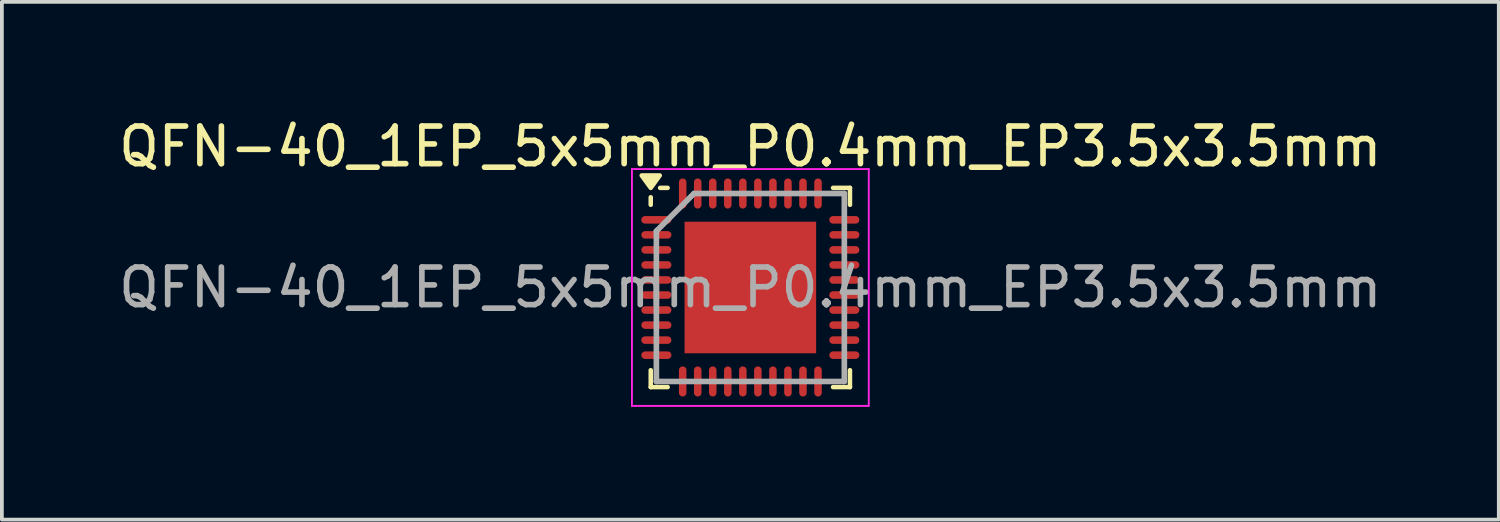
<source format=kicad_pcb>
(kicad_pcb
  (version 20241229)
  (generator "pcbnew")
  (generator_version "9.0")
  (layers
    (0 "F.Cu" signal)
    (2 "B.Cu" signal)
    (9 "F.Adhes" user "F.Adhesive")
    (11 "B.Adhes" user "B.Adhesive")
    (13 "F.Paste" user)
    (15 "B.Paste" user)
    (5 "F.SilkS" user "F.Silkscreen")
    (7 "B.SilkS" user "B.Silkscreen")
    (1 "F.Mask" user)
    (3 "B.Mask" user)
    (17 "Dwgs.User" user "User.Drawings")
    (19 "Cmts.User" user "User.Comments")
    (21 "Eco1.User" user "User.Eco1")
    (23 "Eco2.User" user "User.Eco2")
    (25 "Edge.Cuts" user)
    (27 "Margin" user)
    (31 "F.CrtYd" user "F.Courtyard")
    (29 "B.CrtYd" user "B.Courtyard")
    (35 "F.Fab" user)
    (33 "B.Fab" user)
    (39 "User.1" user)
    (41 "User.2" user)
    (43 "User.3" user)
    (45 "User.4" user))
  (footprint "QFN-40_1EP_5x5mm_P0.4mm_EP3.5x3.5mm"
    (layer "F.Cu")
    (at 16.911 4.598)
    (property "Reference" "QFN-40_1EP_5x5mm_P0.4mm_EP3.5x3.5mm" (at 0 -3.75 0) (layer "F.SilkS") (effects (font (size 1 1) (thickness 0.15))))
    (attr smd)
    (fp_line (start -2.65 -2.2) (end -2.65 -2.4) (stroke (width 0.12) (type default)) (layer "F.SilkS"))
    (fp_line (start -2.65 2.65) (end -2.65 2.2) (stroke (width 0.12) (type default)) (layer "F.SilkS"))
    (fp_line (start -2.2 -2.65) (end -2.4 -2.65) (stroke (width 0.12) (type default)) (layer "F.SilkS"))
    (fp_line (start -2.2 2.65) (end -2.65 2.65) (stroke (width 0.12) (type default)) (layer "F.SilkS"))
    (fp_line (start 2.2 -2.65) (end 2.65 -2.65) (stroke (width 0.12) (type default)) (layer "F.SilkS"))
    (fp_line (start 2.2 2.65) (end 2.65 2.65) (stroke (width 0.12) (type default)) (layer "F.SilkS"))
    (fp_line (start 2.65 -2.65) (end 2.65 -2.2) (stroke (width 0.12) (type default)) (layer "F.SilkS"))
    (fp_line (start 2.65 2.65) (end 2.65 2.2) (stroke (width 0.12) (type default)) (layer "F.SilkS"))
    (fp_poly (pts (xy -2.65 -2.65) (xy -2.89 -2.98) (xy -2.41 -2.98) (xy -2.65 -2.65)) (stroke (width 0.12) (type solid)) (fill yes) (layer "F.SilkS"))
    (fp_line (start -3.15 -3.15) (end 3.15 -3.15) (stroke (width 0.05) (type default)) (layer "F.CrtYd"))
    (fp_line (start -3.15 3.15) (end -3.15 -3.15) (stroke (width 0.05) (type default)) (layer "F.CrtYd"))
    (fp_line (start 3.15 -3.15) (end 3.15 3.15) (stroke (width 0.05) (type default)) (layer "F.CrtYd"))
    (fp_line (start 3.15 3.15) (end -3.15 3.15) (stroke (width 0.05) (type default)) (layer "F.CrtYd"))
    (fp_line (start -2.5 -1.5) (end -2.5 2.5) (stroke (width 0.15) (type default)) (layer "F.Fab"))
    (fp_line (start -2.5 2.5) (end 2.5 2.5) (stroke (width 0.15) (type default)) (layer "F.Fab"))
    (fp_line (start -1.5 -2.5) (end -2.5 -1.5) (stroke (width 0.15) (type default)) (layer "F.Fab"))
    (fp_line (start 2.5 -2.5) (end -1.5 -2.5) (stroke (width 0.15) (type default)) (layer "F.Fab"))
    (fp_line (start 2.5 2.5) (end 2.5 -2.5) (stroke (width 0.15) (type default)) (layer "F.Fab"))
    (fp_text user "${REFERENCE}" (at 0 0 0) (layer "F.Fab") (effects (font (size 1 1) (thickness 0.15))))
    (pad "" smd rect (at -1.312 -1.312) (size 0.125 0.125) (layers "F.Paste"))
    (pad "" smd rect (at -1.312 -0.438) (size 0.125 0.125) (layers "F.Paste"))
    (pad "" smd rect (at -1.312 0.438) (size 0.125 0.125) (layers "F.Paste"))
    (pad "" smd rect (at -1.312 1.312) (size 0.125 0.125) (layers "F.Paste"))
    (pad "" smd rect (at -0.438 -1.312) (size 0.125 0.125) (layers "F.Paste"))
    (pad "" smd rect (at -0.438 -0.438) (size 0.125 0.125) (layers "F.Paste"))
    (pad "" smd rect (at -0.438 0.438) (size 0.125 0.125) (layers "F.Paste"))
    (pad "" smd rect (at -0.438 1.312) (size 0.125 0.125) (layers "F.Paste"))
    (pad "" smd rect (at 0.438 -1.312) (size 0.125 0.125) (layers "F.Paste"))
    (pad "" smd rect (at 0.438 -0.438) (size 0.125 0.125) (layers "F.Paste"))
    (pad "" smd rect (at 0.438 0.438) (size 0.125 0.125) (layers "F.Paste"))
    (pad "" smd rect (at 0.438 1.312) (size 0.125 0.125) (layers "F.Paste"))
    (pad "" smd rect (at 1.312 -1.312) (size 0.125 0.125) (layers "F.Paste"))
    (pad "" smd rect (at 1.312 -0.438) (size 0.125 0.125) (layers "F.Paste"))
    (pad "" smd rect (at 1.312 0.438) (size 0.125 0.125) (layers "F.Paste"))
    (pad "" smd rect (at 1.312 1.312) (size 0.125 0.125) (layers "F.Paste"))
    (pad "1" smd oval (at -2.5 -1.8 90) (size 0.2 0.8) (layers "F.Cu" "F.Mask" "F.Paste"))
    (pad "2" smd oval (at -2.5 -1.4 90) (size 0.2 0.8) (layers "F.Cu" "F.Mask" "F.Paste"))
    (pad "3" smd oval (at -2.5 -1 90) (size 0.2 0.8) (layers "F.Cu" "F.Mask" "F.Paste"))
    (pad "4" smd oval (at -2.5 -0.6 90) (size 0.2 0.8) (layers "F.Cu" "F.Mask" "F.Paste"))
    (pad "5" smd oval (at -2.5 -0.2 90) (size 0.2 0.8) (layers "F.Cu" "F.Mask" "F.Paste"))
    (pad "6" smd oval (at -2.5 0.2 90) (size 0.2 0.8) (layers "F.Cu" "F.Mask" "F.Paste"))
    (pad "7" smd oval (at -2.5 0.6 90) (size 0.2 0.8) (layers "F.Cu" "F.Mask" "F.Paste"))
    (pad "8" smd oval (at -2.5 1 90) (size 0.2 0.8) (layers "F.Cu" "F.Mask" "F.Paste"))
    (pad "9" smd oval (at -2.5 1.4 90) (size 0.2 0.8) (layers "F.Cu" "F.Mask" "F.Paste"))
    (pad "10" smd oval (at -2.5 1.8 90) (size 0.2 0.8) (layers "F.Cu" "F.Mask" "F.Paste"))
    (pad "11" smd oval (at -1.8 2.5) (size 0.2 0.8) (layers "F.Cu" "F.Mask" "F.Paste"))
    (pad "12" smd oval (at -1.4 2.5) (size 0.2 0.8) (layers "F.Cu" "F.Mask" "F.Paste"))
    (pad "13" smd oval (at -1 2.5) (size 0.2 0.8) (layers "F.Cu" "F.Mask" "F.Paste"))
    (pad "14" smd oval (at -0.6 2.5) (size 0.2 0.8) (layers "F.Cu" "F.Mask" "F.Paste"))
    (pad "15" smd oval (at -0.2 2.5) (size 0.2 0.8) (layers "F.Cu" "F.Mask" "F.Paste"))
    (pad "16" smd oval (at 0.2 2.5) (size 0.2 0.8) (layers "F.Cu" "F.Mask" "F.Paste"))
    (pad "17" smd oval (at 0.6 2.5) (size 0.2 0.8) (layers "F.Cu" "F.Mask" "F.Paste"))
    (pad "18" smd oval (at 1 2.5) (size 0.2 0.8) (layers "F.Cu" "F.Mask" "F.Paste"))
    (pad "19" smd oval (at 1.4 2.5) (size 0.2 0.8) (layers "F.Cu" "F.Mask" "F.Paste"))
    (pad "20" smd oval (at 1.8 2.5) (size 0.2 0.8) (layers "F.Cu" "F.Mask" "F.Paste"))
    (pad "21" smd oval (at 2.5 1.8 90) (size 0.2 0.8) (layers "F.Cu" "F.Mask" "F.Paste"))
    (pad "22" smd oval (at 2.5 1.4 90) (size 0.2 0.8) (layers "F.Cu" "F.Mask" "F.Paste"))
    (pad "23" smd oval (at 2.5 1 90) (size 0.2 0.8) (layers "F.Cu" "F.Mask" "F.Paste"))
    (pad "24" smd oval (at 2.5 0.6 90) (size 0.2 0.8) (layers "F.Cu" "F.Mask" "F.Paste"))
    (pad "25" smd oval (at 2.5 0.2 90) (size 0.2 0.8) (layers "F.Cu" "F.Mask" "F.Paste"))
    (pad "26" smd oval (at 2.5 -0.2 90) (size 0.2 0.8) (layers "F.Cu" "F.Mask" "F.Paste"))
    (pad "27" smd oval (at 2.5 -0.6 90) (size 0.2 0.8) (layers "F.Cu" "F.Mask" "F.Paste"))
    (pad "28" smd oval (at 2.5 -1 90) (size 0.2 0.8) (layers "F.Cu" "F.Mask" "F.Paste"))
    (pad "29" smd oval (at 2.5 -1.4 90) (size 0.2 0.8) (layers "F.Cu" "F.Mask" "F.Paste"))
    (pad "30" smd oval (at 2.5 -1.8 90) (size 0.2 0.8) (layers "F.Cu" "F.Mask" "F.Paste"))
    (pad "31" smd oval (at 1.8 -2.5) (size 0.2 0.8) (layers "F.Cu" "F.Mask" "F.Paste"))
    (pad "32" smd oval (at 1.4 -2.5) (size 0.2 0.8) (layers "F.Cu" "F.Mask" "F.Paste"))
    (pad "33" smd oval (at 1 -2.5) (size 0.2 0.8) (layers "F.Cu" "F.Mask" "F.Paste"))
    (pad "34" smd oval (at 0.6 -2.5) (size 0.2 0.8) (layers "F.Cu" "F.Mask" "F.Paste"))
    (pad "35" smd oval (at 0.2 -2.5) (size 0.2 0.8) (layers "F.Cu" "F.Mask" "F.Paste"))
    (pad "36" smd oval (at -0.2 -2.5) (size 0.2 0.8) (layers "F.Cu" "F.Mask" "F.Paste"))
    (pad "37" smd oval (at -0.6 -2.5) (size 0.2 0.8) (layers "F.Cu" "F.Mask" "F.Paste"))
    (pad "38" smd oval (at -1 -2.5) (size 0.2 0.8) (layers "F.Cu" "F.Mask" "F.Paste"))
    (pad "39" smd oval (at -1.4 -2.5) (size 0.2 0.8) (layers "F.Cu" "F.Mask" "F.Paste"))
    (pad "40" smd oval (at -1.8 -2.5) (size 0.2 0.8) (layers "F.Cu" "F.Mask" "F.Paste"))
    (pad "41" smd rect (at 0 0) (size 3.5 3.5) (layers "F.Cu" "F.Mask")))
  (gr_rect
    (start -3 -3)
    (end 36.821 10.773)
    (stroke (width 0.1) (type default))
    (fill no)
    (layer "Edge.Cuts")))
</source>
